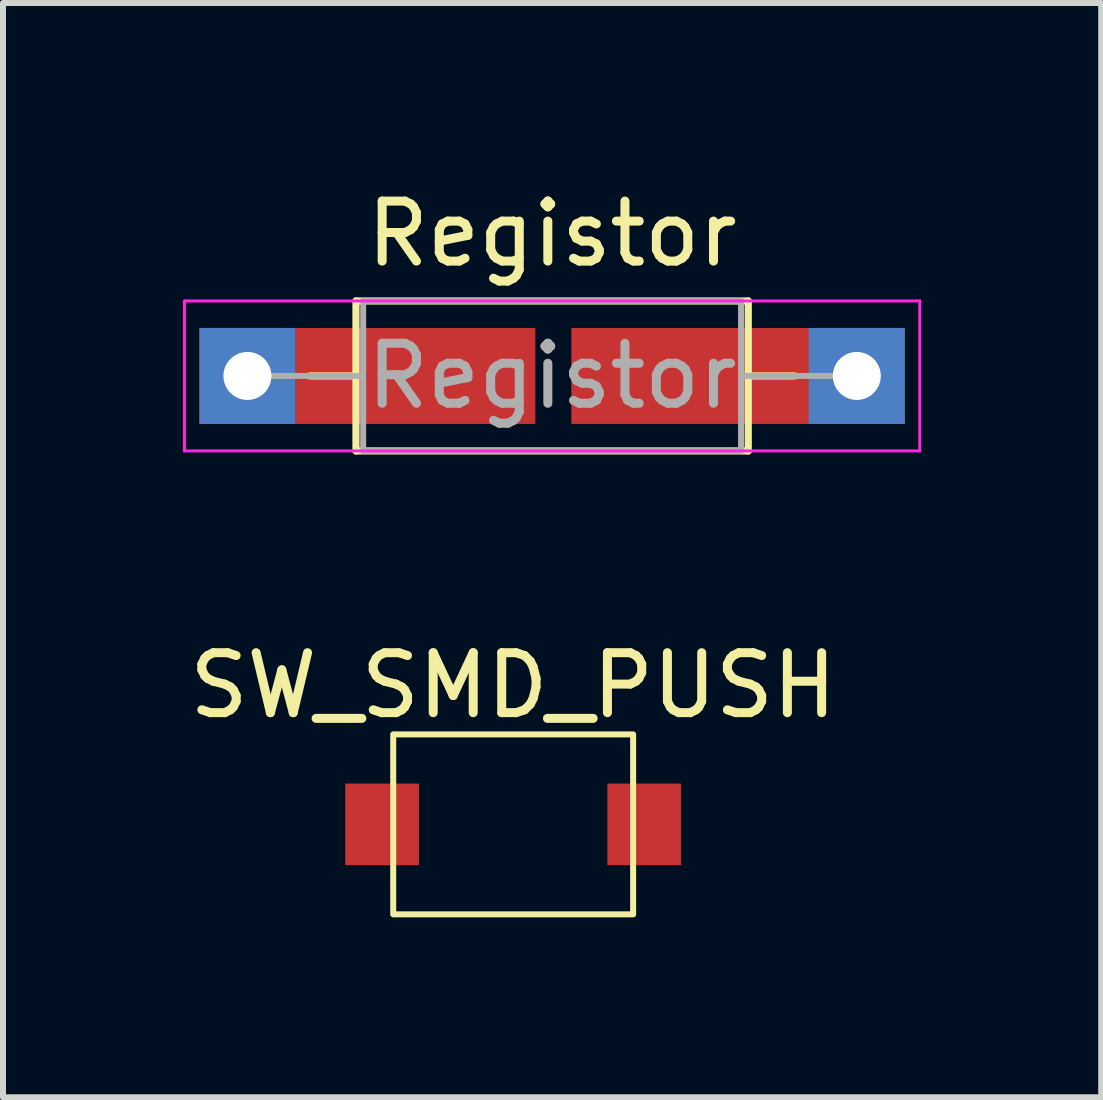
<source format=kicad_pcb>
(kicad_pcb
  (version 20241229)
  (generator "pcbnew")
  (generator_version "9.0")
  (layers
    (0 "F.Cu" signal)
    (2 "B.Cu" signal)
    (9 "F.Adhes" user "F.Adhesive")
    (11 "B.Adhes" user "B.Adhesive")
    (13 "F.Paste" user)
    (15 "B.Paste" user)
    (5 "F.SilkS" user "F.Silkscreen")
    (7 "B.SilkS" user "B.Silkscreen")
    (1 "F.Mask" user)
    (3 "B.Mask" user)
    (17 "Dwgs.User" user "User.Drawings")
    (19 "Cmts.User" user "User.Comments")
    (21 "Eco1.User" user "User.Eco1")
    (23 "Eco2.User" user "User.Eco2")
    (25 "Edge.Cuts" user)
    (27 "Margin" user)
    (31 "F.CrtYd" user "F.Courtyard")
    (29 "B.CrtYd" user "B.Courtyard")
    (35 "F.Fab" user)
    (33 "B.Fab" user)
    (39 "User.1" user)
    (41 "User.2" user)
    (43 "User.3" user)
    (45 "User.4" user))
  (footprint "Registor"
    (layer "F.Cu")
    (at 1.075 3.218)
    (property "Reference" "Registor" (at 5.08 -2.37 0) (layer "F.SilkS") (effects (font (size 1 1) (thickness 0.15))))
    (attr through_hole)
    (fp_line (start 1.04 0) (end 1.81 0) (stroke (width 0.12) (type solid)) (layer "F.SilkS"))
    (fp_line (start 1.81 -1.25) (end 1.81 1.25) (stroke (width 0.12) (type solid)) (layer "F.SilkS"))
    (fp_line (start 1.81 1.25) (end 8.35 1.25) (stroke (width 0.12) (type solid)) (layer "F.SilkS"))
    (fp_line (start 8.35 -1.25) (end 1.81 -1.25) (stroke (width 0.12) (type solid)) (layer "F.SilkS"))
    (fp_line (start 8.35 1.25) (end 8.35 -1.25) (stroke (width 0.12) (type solid)) (layer "F.SilkS"))
    (fp_line (start 9.12 0) (end 8.35 0) (stroke (width 0.12) (type solid)) (layer "F.SilkS"))
    (fp_line (start -1.05 -1.25) (end -1.05 1.25) (stroke (width 0.05) (type solid)) (layer "F.CrtYd"))
    (fp_line (start -1.05 1.25) (end 11.21 1.25) (stroke (width 0.05) (type solid)) (layer "F.CrtYd"))
    (fp_line (start 11.21 -1.25) (end -1.05 -1.25) (stroke (width 0.05) (type solid)) (layer "F.CrtYd"))
    (fp_line (start 11.21 1.25) (end 11.21 -1.25) (stroke (width 0.05) (type solid)) (layer "F.CrtYd"))
    (fp_line (start 0 0) (end 1.93 0) (stroke (width 0.1) (type solid)) (layer "F.Fab"))
    (fp_line (start 1.93 -1.25) (end 1.93 1.25) (stroke (width 0.1) (type solid)) (layer "F.Fab"))
    (fp_line (start 1.93 1.25) (end 8.23 1.25) (stroke (width 0.1) (type solid)) (layer "F.Fab"))
    (fp_line (start 8.23 -1.25) (end 1.93 -1.25) (stroke (width 0.1) (type solid)) (layer "F.Fab"))
    (fp_line (start 8.23 1.25) (end 8.23 -1.25) (stroke (width 0.1) (type solid)) (layer "F.Fab"))
    (fp_line (start 10.16 0) (end 8.23 0) (stroke (width 0.1) (type solid)) (layer "F.Fab"))
    (fp_text user "${REFERENCE}" (at 5.08 0 0) (layer "F.Fab") (effects (font (size 1 1) (thickness 0.15))))
    (pad "1" thru_hole rect (at 0 0) (size 1.6 1.6) (drill 0.8) (layers "*.Cu" "*.Mask"))
    (pad "1" smd rect (at 2.8 0) (size 4 1.6) (layers "F.Cu" "F.Mask" "F.Paste"))
    (pad "2" smd rect (at 7.4 0) (size 4 1.6) (layers "F.Cu" "F.Mask" "F.Paste"))
    (pad "2" thru_hole rect (at 10.16 0) (size 1.6 1.6) (drill 0.8) (layers "*.Cu" "*.Mask")))
  (footprint "SW_SMD_PUSH"
    (layer "F.Cu")
    (at 5.506 10.694)
    (property "Reference" "SW_SMD_PUSH" (at 0 -2.317 0) (layer "F.SilkS") (effects (font (size 1 1) (thickness 0.15))))
    (fp_rect (start -2 -1.5) (end 2 1.5) (stroke (width 0.1) (type default)) (fill no) (layer "F.SilkS"))
    (fp_poly (pts (xy -2.5 -0.65) (xy -2.5 0.65) (xy -1.6 0.65) (xy -1.6 -0.65)) (stroke (width 0.1) (type default)) (fill no) (layer "User.1"))
    (fp_poly (pts (xy 2.5 -0.65) (xy 2.5 0.65) (xy 1.6 0.65) (xy 1.6 -0.65)) (stroke (width 0.1) (type default)) (fill no) (layer "User.1"))
    (fp_line (start -1.95 -1.465) (end 1.95 -1.465) (stroke (width 0.051) (type default)) (layer "User.2"))
    (fp_line (start -1.95 1.465) (end -1.95 -1.465) (stroke (width 0.051) (type default)) (layer "User.2"))
    (fp_line (start 1.95 -1.465) (end 1.95 1.465) (stroke (width 0.051) (type default)) (layer "User.2"))
    (fp_line (start 1.95 1.465) (end -1.95 1.465) (stroke (width 0.051) (type default)) (layer "User.2"))
    (pad "1" smd rect (at -2.185 0) (size 1.23 1.36) (layers "F.Cu" "F.Mask" "F.Paste"))
    (pad "2" smd rect (at 2.185 0) (size 1.23 1.36) (layers "F.Cu" "F.Mask" "F.Paste")))
  (gr_rect
    (start -3 -3)
    (end 15.31 15.244)
    (stroke (width 0.1) (type default))
    (fill no)
    (layer "Edge.Cuts")))
</source>
